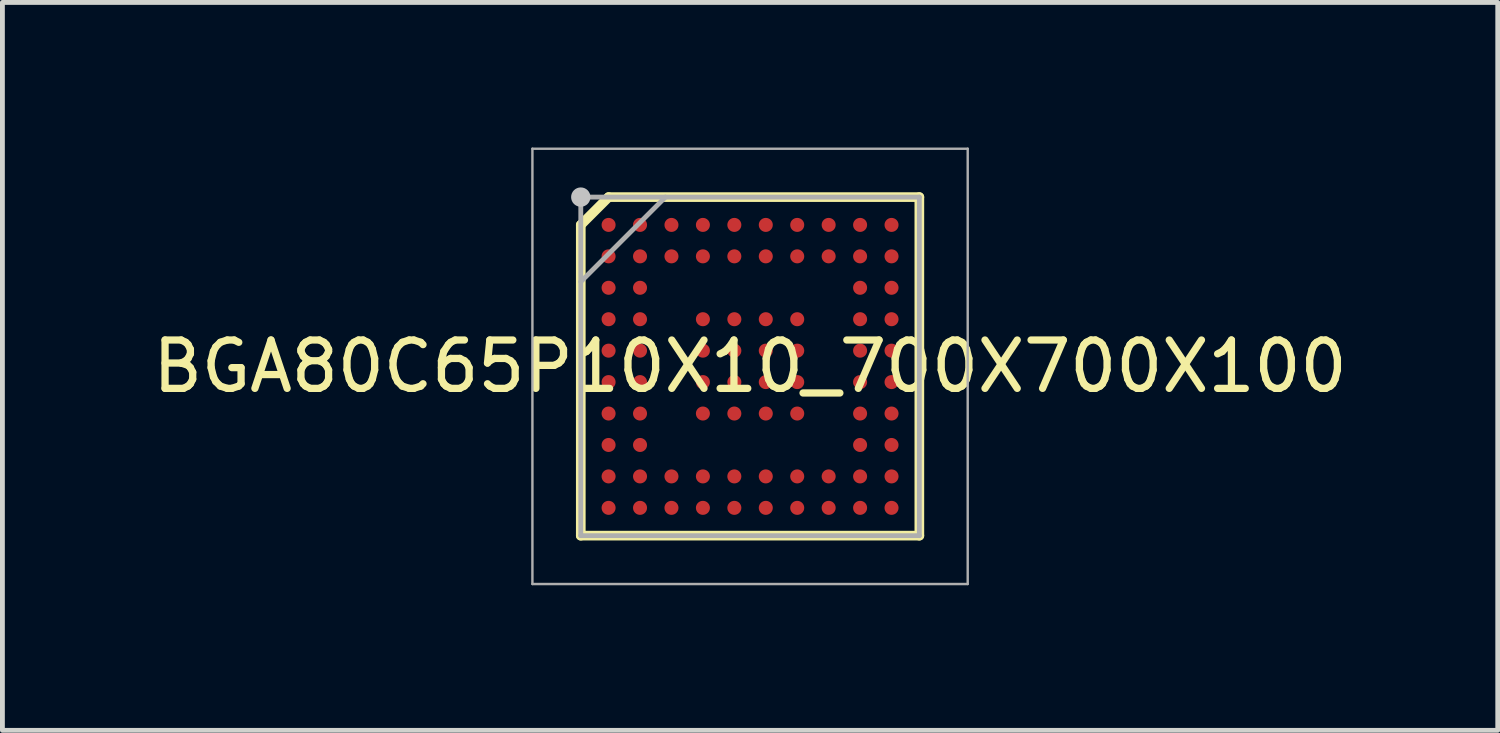
<source format=kicad_pcb>
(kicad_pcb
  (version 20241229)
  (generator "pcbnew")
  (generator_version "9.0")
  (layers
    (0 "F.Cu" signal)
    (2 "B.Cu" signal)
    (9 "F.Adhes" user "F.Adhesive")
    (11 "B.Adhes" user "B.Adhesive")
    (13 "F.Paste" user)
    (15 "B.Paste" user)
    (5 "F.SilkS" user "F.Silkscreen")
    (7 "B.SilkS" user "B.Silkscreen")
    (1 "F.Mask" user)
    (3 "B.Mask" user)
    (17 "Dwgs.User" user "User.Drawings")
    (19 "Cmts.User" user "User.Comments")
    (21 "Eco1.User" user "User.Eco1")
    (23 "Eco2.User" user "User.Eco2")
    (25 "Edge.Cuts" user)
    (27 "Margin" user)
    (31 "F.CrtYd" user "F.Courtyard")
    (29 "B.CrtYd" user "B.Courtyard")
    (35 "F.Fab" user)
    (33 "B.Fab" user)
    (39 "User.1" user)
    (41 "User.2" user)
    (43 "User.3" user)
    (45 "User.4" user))
  (footprint "BGA80C65P10X10_700X700X100"
    (layer "F.Cu")
    (at 12.458 4.525)
    (property "Reference" "BGA80C65P10X10_700X700X100" (at 0 0 0) (layer "F.SilkS") (effects (font (size 1 1) (thickness 0.15))))
    (attr smd)
    (fp_line (start -3.5 -2.925) (end -2.925 -3.5) (stroke (width 0.2) (type solid)) (layer "F.SilkS"))
    (fp_line (start -3.5 3.5) (end -3.5 -2.925) (stroke (width 0.2) (type solid)) (layer "F.SilkS"))
    (fp_line (start -2.925 -3.5) (end 3.5 -3.5) (stroke (width 0.2) (type solid)) (layer "F.SilkS"))
    (fp_line (start 3.5 -3.5) (end 3.5 3.5) (stroke (width 0.2) (type solid)) (layer "F.SilkS"))
    (fp_line (start 3.5 3.5) (end -3.5 3.5) (stroke (width 0.2) (type solid)) (layer "F.SilkS"))
    (fp_circle (center -3.5 -3.5) (end -3.4 -3.5) (stroke (width 0.2) (type solid)) (fill no) (layer "Dwgs.User"))
    (fp_line (start -4.5 -4.5) (end 4.5 -4.5) (stroke (width 0.05) (type solid)) (layer "F.Fab"))
    (fp_line (start -4.5 4.5) (end -4.5 -4.5) (stroke (width 0.05) (type solid)) (layer "F.Fab"))
    (fp_line (start -3.5 -3.5) (end 3.5 -3.5) (stroke (width 0.1) (type solid)) (layer "F.Fab"))
    (fp_line (start -3.5 -1.75) (end -1.75 -3.5) (stroke (width 0.1) (type solid)) (layer "F.Fab"))
    (fp_line (start -3.5 3.5) (end -3.5 -3.5) (stroke (width 0.1) (type solid)) (layer "F.Fab"))
    (fp_line (start 3.5 -3.5) (end 3.5 3.5) (stroke (width 0.1) (type solid)) (layer "F.Fab"))
    (fp_line (start 3.5 3.5) (end -3.5 3.5) (stroke (width 0.1) (type solid)) (layer "F.Fab"))
    (fp_line (start 4.5 -4.5) (end 4.5 4.5) (stroke (width 0.05) (type solid)) (layer "F.Fab"))
    (fp_line (start 4.5 4.5) (end -4.5 4.5) (stroke (width 0.05) (type solid)) (layer "F.Fab"))
    (pad "A1" smd circle (at -2.925 -2.925) (size 0.29 0.29) (layers "F.Cu" "F.Mask" "F.Paste"))
    (pad "A2" smd circle (at -2.275 -2.925) (size 0.29 0.29) (layers "F.Cu" "F.Mask" "F.Paste"))
    (pad "A3" smd circle (at -1.625 -2.925) (size 0.29 0.29) (layers "F.Cu" "F.Mask" "F.Paste"))
    (pad "A4" smd circle (at -0.975 -2.925) (size 0.29 0.29) (layers "F.Cu" "F.Mask" "F.Paste"))
    (pad "A5" smd circle (at -0.325 -2.925) (size 0.29 0.29) (layers "F.Cu" "F.Mask" "F.Paste"))
    (pad "A6" smd circle (at 0.325 -2.925) (size 0.29 0.29) (layers "F.Cu" "F.Mask" "F.Paste"))
    (pad "A7" smd circle (at 0.975 -2.925) (size 0.29 0.29) (layers "F.Cu" "F.Mask" "F.Paste"))
    (pad "A8" smd circle (at 1.625 -2.925) (size 0.29 0.29) (layers "F.Cu" "F.Mask" "F.Paste"))
    (pad "A9" smd circle (at 2.275 -2.925) (size 0.29 0.29) (layers "F.Cu" "F.Mask" "F.Paste"))
    (pad "A10" smd circle (at 2.925 -2.925) (size 0.29 0.29) (layers "F.Cu" "F.Mask" "F.Paste"))
    (pad "B1" smd circle (at -2.925 -2.275) (size 0.29 0.29) (layers "F.Cu" "F.Mask" "F.Paste"))
    (pad "B2" smd circle (at -2.275 -2.275) (size 0.29 0.29) (layers "F.Cu" "F.Mask" "F.Paste"))
    (pad "B3" smd circle (at -1.625 -2.275) (size 0.29 0.29) (layers "F.Cu" "F.Mask" "F.Paste"))
    (pad "B4" smd circle (at -0.975 -2.275) (size 0.29 0.29) (layers "F.Cu" "F.Mask" "F.Paste"))
    (pad "B5" smd circle (at -0.325 -2.275) (size 0.29 0.29) (layers "F.Cu" "F.Mask" "F.Paste"))
    (pad "B6" smd circle (at 0.325 -2.275) (size 0.29 0.29) (layers "F.Cu" "F.Mask" "F.Paste"))
    (pad "B7" smd circle (at 0.975 -2.275) (size 0.29 0.29) (layers "F.Cu" "F.Mask" "F.Paste"))
    (pad "B8" smd circle (at 1.625 -2.275) (size 0.29 0.29) (layers "F.Cu" "F.Mask" "F.Paste"))
    (pad "B9" smd circle (at 2.275 -2.275) (size 0.29 0.29) (layers "F.Cu" "F.Mask" "F.Paste"))
    (pad "B10" smd circle (at 2.925 -2.275) (size 0.29 0.29) (layers "F.Cu" "F.Mask" "F.Paste"))
    (pad "C1" smd circle (at -2.925 -1.625) (size 0.29 0.29) (layers "F.Cu" "F.Mask" "F.Paste"))
    (pad "C2" smd circle (at -2.275 -1.625) (size 0.29 0.29) (layers "F.Cu" "F.Mask" "F.Paste"))
    (pad "C9" smd circle (at 2.275 -1.625) (size 0.29 0.29) (layers "F.Cu" "F.Mask" "F.Paste"))
    (pad "C10" smd circle (at 2.925 -1.625) (size 0.29 0.29) (layers "F.Cu" "F.Mask" "F.Paste"))
    (pad "D1" smd circle (at -2.925 -0.975) (size 0.29 0.29) (layers "F.Cu" "F.Mask" "F.Paste"))
    (pad "D2" smd circle (at -2.275 -0.975) (size 0.29 0.29) (layers "F.Cu" "F.Mask" "F.Paste"))
    (pad "D4" smd circle (at -0.975 -0.975) (size 0.29 0.29) (layers "F.Cu" "F.Mask" "F.Paste"))
    (pad "D5" smd circle (at -0.325 -0.975) (size 0.29 0.29) (layers "F.Cu" "F.Mask" "F.Paste"))
    (pad "D6" smd circle (at 0.325 -0.975) (size 0.29 0.29) (layers "F.Cu" "F.Mask" "F.Paste"))
    (pad "D7" smd circle (at 0.975 -0.975) (size 0.29 0.29) (layers "F.Cu" "F.Mask" "F.Paste"))
    (pad "D9" smd circle (at 2.275 -0.975) (size 0.29 0.29) (layers "F.Cu" "F.Mask" "F.Paste"))
    (pad "D10" smd circle (at 2.925 -0.975) (size 0.29 0.29) (layers "F.Cu" "F.Mask" "F.Paste"))
    (pad "E1" smd circle (at -2.925 -0.325) (size 0.29 0.29) (layers "F.Cu" "F.Mask" "F.Paste"))
    (pad "E2" smd circle (at -2.275 -0.325) (size 0.29 0.29) (layers "F.Cu" "F.Mask" "F.Paste"))
    (pad "E4" smd circle (at -0.975 -0.325) (size 0.29 0.29) (layers "F.Cu" "F.Mask" "F.Paste"))
    (pad "E5" smd circle (at -0.325 -0.325) (size 0.29 0.29) (layers "F.Cu" "F.Mask" "F.Paste"))
    (pad "E6" smd circle (at 0.325 -0.325) (size 0.29 0.29) (layers "F.Cu" "F.Mask" "F.Paste"))
    (pad "E7" smd circle (at 0.975 -0.325) (size 0.29 0.29) (layers "F.Cu" "F.Mask" "F.Paste"))
    (pad "E9" smd circle (at 2.275 -0.325) (size 0.29 0.29) (layers "F.Cu" "F.Mask" "F.Paste"))
    (pad "E10" smd circle (at 2.925 -0.325) (size 0.29 0.29) (layers "F.Cu" "F.Mask" "F.Paste"))
    (pad "F1" smd circle (at -2.925 0.325) (size 0.29 0.29) (layers "F.Cu" "F.Mask" "F.Paste"))
    (pad "F2" smd circle (at -2.275 0.325) (size 0.29 0.29) (layers "F.Cu" "F.Mask" "F.Paste"))
    (pad "F4" smd circle (at -0.975 0.325) (size 0.29 0.29) (layers "F.Cu" "F.Mask" "F.Paste"))
    (pad "F5" smd circle (at -0.325 0.325) (size 0.29 0.29) (layers "F.Cu" "F.Mask" "F.Paste"))
    (pad "F6" smd circle (at 0.325 0.325) (size 0.29 0.29) (layers "F.Cu" "F.Mask" "F.Paste"))
    (pad "F7" smd circle (at 0.975 0.325) (size 0.29 0.29) (layers "F.Cu" "F.Mask" "F.Paste"))
    (pad "F9" smd circle (at 2.275 0.325) (size 0.29 0.29) (layers "F.Cu" "F.Mask" "F.Paste"))
    (pad "F10" smd circle (at 2.925 0.325) (size 0.29 0.29) (layers "F.Cu" "F.Mask" "F.Paste"))
    (pad "G1" smd circle (at -2.925 0.975) (size 0.29 0.29) (layers "F.Cu" "F.Mask" "F.Paste"))
    (pad "G2" smd circle (at -2.275 0.975) (size 0.29 0.29) (layers "F.Cu" "F.Mask" "F.Paste"))
    (pad "G4" smd circle (at -0.975 0.975) (size 0.29 0.29) (layers "F.Cu" "F.Mask" "F.Paste"))
    (pad "G5" smd circle (at -0.325 0.975) (size 0.29 0.29) (layers "F.Cu" "F.Mask" "F.Paste"))
    (pad "G6" smd circle (at 0.325 0.975) (size 0.29 0.29) (layers "F.Cu" "F.Mask" "F.Paste"))
    (pad "G7" smd circle (at 0.975 0.975) (size 0.29 0.29) (layers "F.Cu" "F.Mask" "F.Paste"))
    (pad "G9" smd circle (at 2.275 0.975) (size 0.29 0.29) (layers "F.Cu" "F.Mask" "F.Paste"))
    (pad "G10" smd circle (at 2.925 0.975) (size 0.29 0.29) (layers "F.Cu" "F.Mask" "F.Paste"))
    (pad "H1" smd circle (at -2.925 1.625) (size 0.29 0.29) (layers "F.Cu" "F.Mask" "F.Paste"))
    (pad "H2" smd circle (at -2.275 1.625) (size 0.29 0.29) (layers "F.Cu" "F.Mask" "F.Paste"))
    (pad "H9" smd circle (at 2.275 1.625) (size 0.29 0.29) (layers "F.Cu" "F.Mask" "F.Paste"))
    (pad "H10" smd circle (at 2.925 1.625) (size 0.29 0.29) (layers "F.Cu" "F.Mask" "F.Paste"))
    (pad "J1" smd circle (at -2.925 2.275) (size 0.29 0.29) (layers "F.Cu" "F.Mask" "F.Paste"))
    (pad "J2" smd circle (at -2.275 2.275) (size 0.29 0.29) (layers "F.Cu" "F.Mask" "F.Paste"))
    (pad "J3" smd circle (at -1.625 2.275) (size 0.29 0.29) (layers "F.Cu" "F.Mask" "F.Paste"))
    (pad "J4" smd circle (at -0.975 2.275) (size 0.29 0.29) (layers "F.Cu" "F.Mask" "F.Paste"))
    (pad "J5" smd circle (at -0.325 2.275) (size 0.29 0.29) (layers "F.Cu" "F.Mask" "F.Paste"))
    (pad "J6" smd circle (at 0.325 2.275) (size 0.29 0.29) (layers "F.Cu" "F.Mask" "F.Paste"))
    (pad "J7" smd circle (at 0.975 2.275) (size 0.29 0.29) (layers "F.Cu" "F.Mask" "F.Paste"))
    (pad "J8" smd circle (at 1.625 2.275) (size 0.29 0.29) (layers "F.Cu" "F.Mask" "F.Paste"))
    (pad "J9" smd circle (at 2.275 2.275) (size 0.29 0.29) (layers "F.Cu" "F.Mask" "F.Paste"))
    (pad "J10" smd circle (at 2.925 2.275) (size 0.29 0.29) (layers "F.Cu" "F.Mask" "F.Paste"))
    (pad "K1" smd circle (at -2.925 2.925) (size 0.29 0.29) (layers "F.Cu" "F.Mask" "F.Paste"))
    (pad "K2" smd circle (at -2.275 2.925) (size 0.29 0.29) (layers "F.Cu" "F.Mask" "F.Paste"))
    (pad "K3" smd circle (at -1.625 2.925) (size 0.29 0.29) (layers "F.Cu" "F.Mask" "F.Paste"))
    (pad "K4" smd circle (at -0.975 2.925) (size 0.29 0.29) (layers "F.Cu" "F.Mask" "F.Paste"))
    (pad "K5" smd circle (at -0.325 2.925) (size 0.29 0.29) (layers "F.Cu" "F.Mask" "F.Paste"))
    (pad "K6" smd circle (at 0.325 2.925) (size 0.29 0.29) (layers "F.Cu" "F.Mask" "F.Paste"))
    (pad "K7" smd circle (at 0.975 2.925) (size 0.29 0.29) (layers "F.Cu" "F.Mask" "F.Paste"))
    (pad "K8" smd circle (at 1.625 2.925) (size 0.29 0.29) (layers "F.Cu" "F.Mask" "F.Paste"))
    (pad "K9" smd circle (at 2.275 2.925) (size 0.29 0.29) (layers "F.Cu" "F.Mask" "F.Paste"))
    (pad "K10" smd circle (at 2.925 2.925) (size 0.29 0.29) (layers "F.Cu" "F.Mask" "F.Paste")))
  (gr_rect
    (start -3 -3)
    (end 27.917 12.05)
    (stroke (width 0.1) (type default))
    (fill no)
    (layer "Edge.Cuts")))
</source>
